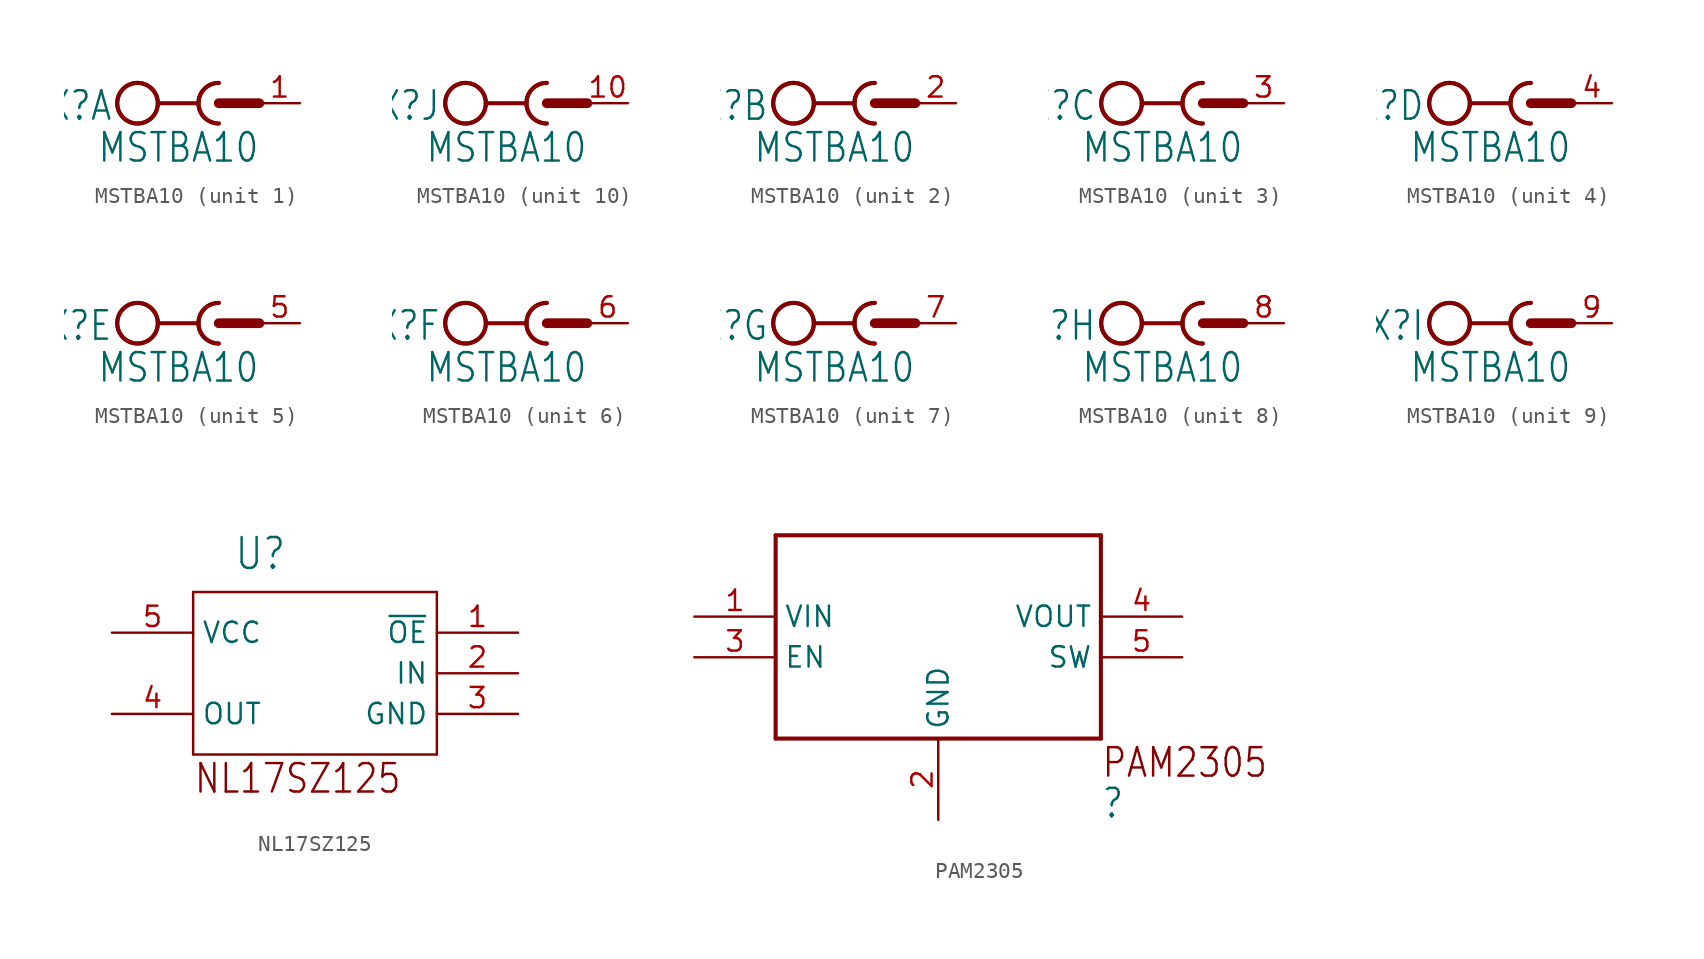
<source format=kicad_sym>
(kicad_symbol_lib
  (version 20220331)
  (generator kicad_symbol_editor)
  (symbol "MSTBA10"
    (property "Reference" "X"
      (at -6.604 0.889 0)
      (effects (font (size 1.778 1.511)) (justify right top)))
    (property "Value" "MSTBA10"
      (at -7.62 -3.81 0)
      (effects (font (size 1.778 1.511)) (justify left bottom)))
    (property "ki_locked" ""
      (at 0 0 0)
      (effects (font (size 1.27 1.27))))
    (symbol "MSTBA10_1_0"
      (circle (center -5.08 0) (radius 1.27) (stroke (width 0.254) (type solid)) (fill (type none)))
      (circle (center -5.08 0) (radius 1.27) (stroke (width 0.254) (type solid)) (fill (type none)))
      (arc (start -1.27 0) (mid -0.898 -0.898) (end 0 -1.27) (stroke (width 0.254) (type solid)) (fill (type none)))
      (polyline (pts (xy -3.81 0) (xy -1.27 0)) (stroke (width 0.254) (type solid)) (fill (type none)))
      (polyline (pts (xy 0 0) (xy 2.54 0)) (stroke (width 0.61) (type solid)) (fill (type none)))
      (arc (start 0 1.27) (mid -0.898 0.898) (end -1.27 0) (stroke (width 0.254) (type solid)) (fill (type none)))
      (arc (start 0 1.27) (mid -1.27 0) (end 0 -1.27) (stroke (width 0.254) (type solid)) (fill (type none)))
      (pin passive line (at 5.08 0 180) (length 2.54) (name "1" (effects (font (size 0 0)))) (number "1" (effects (font (size 1.27 1.27))))))
    (symbol "MSTBA10_2_0"
      (circle (center -5.08 0) (radius 1.27) (stroke (width 0.254) (type solid)) (fill (type none)))
      (circle (center -5.08 0) (radius 1.27) (stroke (width 0.254) (type solid)) (fill (type none)))
      (arc (start -1.27 0) (mid -0.898 -0.898) (end 0 -1.27) (stroke (width 0.254) (type solid)) (fill (type none)))
      (polyline (pts (xy -3.81 0) (xy -1.27 0)) (stroke (width 0.254) (type solid)) (fill (type none)))
      (polyline (pts (xy 0 0) (xy 2.54 0)) (stroke (width 0.61) (type solid)) (fill (type none)))
      (arc (start 0 1.27) (mid -0.898 0.898) (end -1.27 0) (stroke (width 0.254) (type solid)) (fill (type none)))
      (arc (start 0 1.27) (mid -1.27 0) (end 0 -1.27) (stroke (width 0.254) (type solid)) (fill (type none)))
      (pin passive line (at 5.08 0 180) (length 2.54) (name "1" (effects (font (size 0 0)))) (number "2" (effects (font (size 1.27 1.27))))))
    (symbol "MSTBA10_3_0"
      (circle (center -5.08 0) (radius 1.27) (stroke (width 0.254) (type solid)) (fill (type none)))
      (circle (center -5.08 0) (radius 1.27) (stroke (width 0.254) (type solid)) (fill (type none)))
      (arc (start -1.27 0) (mid -0.898 -0.898) (end 0 -1.27) (stroke (width 0.254) (type solid)) (fill (type none)))
      (polyline (pts (xy -3.81 0) (xy -1.27 0)) (stroke (width 0.254) (type solid)) (fill (type none)))
      (polyline (pts (xy 0 0) (xy 2.54 0)) (stroke (width 0.61) (type solid)) (fill (type none)))
      (arc (start 0 1.27) (mid -0.898 0.898) (end -1.27 0) (stroke (width 0.254) (type solid)) (fill (type none)))
      (arc (start 0 1.27) (mid -1.27 0) (end 0 -1.27) (stroke (width 0.254) (type solid)) (fill (type none)))
      (pin passive line (at 5.08 0 180) (length 2.54) (name "1" (effects (font (size 0 0)))) (number "3" (effects (font (size 1.27 1.27))))))
    (symbol "MSTBA10_4_0"
      (circle (center -5.08 0) (radius 1.27) (stroke (width 0.254) (type solid)) (fill (type none)))
      (circle (center -5.08 0) (radius 1.27) (stroke (width 0.254) (type solid)) (fill (type none)))
      (arc (start -1.27 0) (mid -0.898 -0.898) (end 0 -1.27) (stroke (width 0.254) (type solid)) (fill (type none)))
      (polyline (pts (xy -3.81 0) (xy -1.27 0)) (stroke (width 0.254) (type solid)) (fill (type none)))
      (polyline (pts (xy 0 0) (xy 2.54 0)) (stroke (width 0.61) (type solid)) (fill (type none)))
      (arc (start 0 1.27) (mid -0.898 0.898) (end -1.27 0) (stroke (width 0.254) (type solid)) (fill (type none)))
      (arc (start 0 1.27) (mid -1.27 0) (end 0 -1.27) (stroke (width 0.254) (type solid)) (fill (type none)))
      (pin passive line (at 5.08 0 180) (length 2.54) (name "1" (effects (font (size 0 0)))) (number "4" (effects (font (size 1.27 1.27))))))
    (symbol "MSTBA10_5_0"
      (circle (center -5.08 0) (radius 1.27) (stroke (width 0.254) (type solid)) (fill (type none)))
      (circle (center -5.08 0) (radius 1.27) (stroke (width 0.254) (type solid)) (fill (type none)))
      (arc (start -1.27 0) (mid -0.898 -0.898) (end 0 -1.27) (stroke (width 0.254) (type solid)) (fill (type none)))
      (polyline (pts (xy -3.81 0) (xy -1.27 0)) (stroke (width 0.254) (type solid)) (fill (type none)))
      (polyline (pts (xy 0 0) (xy 2.54 0)) (stroke (width 0.61) (type solid)) (fill (type none)))
      (arc (start 0 1.27) (mid -0.898 0.898) (end -1.27 0) (stroke (width 0.254) (type solid)) (fill (type none)))
      (arc (start 0 1.27) (mid -1.27 0) (end 0 -1.27) (stroke (width 0.254) (type solid)) (fill (type none)))
      (pin passive line (at 5.08 0 180) (length 2.54) (name "1" (effects (font (size 0 0)))) (number "5" (effects (font (size 1.27 1.27))))))
    (symbol "MSTBA10_6_0"
      (circle (center -5.08 0) (radius 1.27) (stroke (width 0.254) (type solid)) (fill (type none)))
      (circle (center -5.08 0) (radius 1.27) (stroke (width 0.254) (type solid)) (fill (type none)))
      (arc (start -1.27 0) (mid -0.898 -0.898) (end 0 -1.27) (stroke (width 0.254) (type solid)) (fill (type none)))
      (polyline (pts (xy -3.81 0) (xy -1.27 0)) (stroke (width 0.254) (type solid)) (fill (type none)))
      (polyline (pts (xy 0 0) (xy 2.54 0)) (stroke (width 0.61) (type solid)) (fill (type none)))
      (arc (start 0 1.27) (mid -0.898 0.898) (end -1.27 0) (stroke (width 0.254) (type solid)) (fill (type none)))
      (arc (start 0 1.27) (mid -1.27 0) (end 0 -1.27) (stroke (width 0.254) (type solid)) (fill (type none)))
      (pin passive line (at 5.08 0 180) (length 2.54) (name "1" (effects (font (size 0 0)))) (number "6" (effects (font (size 1.27 1.27))))))
    (symbol "MSTBA10_7_0"
      (circle (center -5.08 0) (radius 1.27) (stroke (width 0.254) (type solid)) (fill (type none)))
      (circle (center -5.08 0) (radius 1.27) (stroke (width 0.254) (type solid)) (fill (type none)))
      (arc (start -1.27 0) (mid -0.898 -0.898) (end 0 -1.27) (stroke (width 0.254) (type solid)) (fill (type none)))
      (polyline (pts (xy -3.81 0) (xy -1.27 0)) (stroke (width 0.254) (type solid)) (fill (type none)))
      (polyline (pts (xy 0 0) (xy 2.54 0)) (stroke (width 0.61) (type solid)) (fill (type none)))
      (arc (start 0 1.27) (mid -0.898 0.898) (end -1.27 0) (stroke (width 0.254) (type solid)) (fill (type none)))
      (arc (start 0 1.27) (mid -1.27 0) (end 0 -1.27) (stroke (width 0.254) (type solid)) (fill (type none)))
      (pin passive line (at 5.08 0 180) (length 2.54) (name "1" (effects (font (size 0 0)))) (number "7" (effects (font (size 1.27 1.27))))))
    (symbol "MSTBA10_8_0"
      (circle (center -5.08 0) (radius 1.27) (stroke (width 0.254) (type solid)) (fill (type none)))
      (circle (center -5.08 0) (radius 1.27) (stroke (width 0.254) (type solid)) (fill (type none)))
      (arc (start -1.27 0) (mid -0.898 -0.898) (end 0 -1.27) (stroke (width 0.254) (type solid)) (fill (type none)))
      (polyline (pts (xy -3.81 0) (xy -1.27 0)) (stroke (width 0.254) (type solid)) (fill (type none)))
      (polyline (pts (xy 0 0) (xy 2.54 0)) (stroke (width 0.61) (type solid)) (fill (type none)))
      (arc (start 0 1.27) (mid -0.898 0.898) (end -1.27 0) (stroke (width 0.254) (type solid)) (fill (type none)))
      (arc (start 0 1.27) (mid -1.27 0) (end 0 -1.27) (stroke (width 0.254) (type solid)) (fill (type none)))
      (pin passive line (at 5.08 0 180) (length 2.54) (name "1" (effects (font (size 0 0)))) (number "8" (effects (font (size 1.27 1.27))))))
    (symbol "MSTBA10_9_0"
      (circle (center -5.08 0) (radius 1.27) (stroke (width 0.254) (type solid)) (fill (type none)))
      (circle (center -5.08 0) (radius 1.27) (stroke (width 0.254) (type solid)) (fill (type none)))
      (arc (start -1.27 0) (mid -0.898 -0.898) (end 0 -1.27) (stroke (width 0.254) (type solid)) (fill (type none)))
      (polyline (pts (xy -3.81 0) (xy -1.27 0)) (stroke (width 0.254) (type solid)) (fill (type none)))
      (polyline (pts (xy 0 0) (xy 2.54 0)) (stroke (width 0.61) (type solid)) (fill (type none)))
      (arc (start 0 1.27) (mid -0.898 0.898) (end -1.27 0) (stroke (width 0.254) (type solid)) (fill (type none)))
      (arc (start 0 1.27) (mid -1.27 0) (end 0 -1.27) (stroke (width 0.254) (type solid)) (fill (type none)))
      (pin passive line (at 5.08 0 180) (length 2.54) (name "1" (effects (font (size 0 0)))) (number "9" (effects (font (size 1.27 1.27))))))
    (symbol "MSTBA10_10_0"
      (circle (center -5.08 0) (radius 1.27) (stroke (width 0.254) (type solid)) (fill (type none)))
      (circle (center -5.08 0) (radius 1.27) (stroke (width 0.254) (type solid)) (fill (type none)))
      (arc (start -1.27 0) (mid -0.898 -0.898) (end 0 -1.27) (stroke (width 0.254) (type solid)) (fill (type none)))
      (polyline (pts (xy -3.81 0) (xy -1.27 0)) (stroke (width 0.254) (type solid)) (fill (type none)))
      (polyline (pts (xy 0 0) (xy 2.54 0)) (stroke (width 0.61) (type solid)) (fill (type none)))
      (arc (start 0 1.27) (mid -0.898 0.898) (end -1.27 0) (stroke (width 0.254) (type solid)) (fill (type none)))
      (arc (start 0 1.27) (mid -1.27 0) (end 0 -1.27) (stroke (width 0.254) (type solid)) (fill (type none)))
      (pin passive line (at 5.08 0 180) (length 2.54) (name "1" (effects (font (size 0 0)))) (number "10" (effects (font (size 1.27 1.27)))))))
  (symbol "NL17SZ125"
    (property "Reference" "U"
      (at -5.08 6.35 0)
      (effects (font (size 1.93 1.641)) (justify left bottom)))
    (property "ki_locked" ""
      (at 0 0 0)
      (effects (font (size 1.27 1.27))))
    (symbol "NL17SZ125_1_0"
      (polyline (pts (xy -7.62 -5.08) (xy 7.62 -5.08)) (stroke (width 0.152) (type solid)) (fill (type none)))
      (polyline (pts (xy -7.62 5.08) (xy -7.62 -5.08)) (stroke (width 0.152) (type solid)) (fill (type none)))
      (polyline (pts (xy 7.62 -5.08) (xy 7.62 5.08)) (stroke (width 0.152) (type solid)) (fill (type none)))
      (polyline (pts (xy 7.62 5.08) (xy -7.62 5.08)) (stroke (width 0.152) (type solid)) (fill (type none)))
      (text "NL17SZ125" (at -7.62 -7.62 0) (effects (font (size 1.778 1.511)) (justify left bottom)))
      (pin bidirectional line (at 12.7 2.54 180) (length 5.08) (name "~{OE}" (effects (font (size 1.27 1.27)))) (number "1" (effects (font (size 1.27 1.27)))))
      (pin bidirectional line (at 12.7 0 180) (length 5.08) (name "IN" (effects (font (size 1.27 1.27)))) (number "2" (effects (font (size 1.27 1.27)))))
      (pin bidirectional line (at 12.7 -2.54 180) (length 5.08) (name "GND" (effects (font (size 1.27 1.27)))) (number "3" (effects (font (size 1.27 1.27)))))
      (pin bidirectional line (at -12.7 -2.54 0) (length 5.08) (name "OUT" (effects (font (size 1.27 1.27)))) (number "4" (effects (font (size 1.27 1.27)))))
      (pin bidirectional line (at -12.7 2.54 0) (length 5.08) (name "VCC" (effects (font (size 1.27 1.27)))) (number "5" (effects (font (size 1.27 1.27)))))))
  (symbol "PAM2305"
    (property "Reference" ""
      (at 10.16 -12.7 0)
      (effects (font (size 1.778 1.511)) (justify left bottom)))
    (property "ki_locked" ""
      (at 0 0 0)
      (effects (font (size 1.27 1.27))))
    (symbol "PAM2305_1_0"
      (polyline (pts (xy -10.16 -7.62) (xy -10.16 5.08)) (stroke (width 0.254) (type solid)) (fill (type none)))
      (polyline (pts (xy -10.16 5.08) (xy 10.16 5.08)) (stroke (width 0.254) (type solid)) (fill (type none)))
      (polyline (pts (xy 10.16 -7.62) (xy -10.16 -7.62)) (stroke (width 0.254) (type solid)) (fill (type none)))
      (polyline (pts (xy 10.16 5.08) (xy 10.16 -7.62)) (stroke (width 0.254) (type solid)) (fill (type none)))
      (text "PAM2305" (at 10.16 -10.16 0) (effects (font (size 1.778 1.511)) (justify left bottom)))
      (pin bidirectional line (at -15.24 0 0) (length 5.08) (name "VIN" (effects (font (size 1.27 1.27)))) (number "1" (effects (font (size 1.27 1.27)))))
      (pin bidirectional line (at 0 -12.7 90) (length 5.08) (name "GND" (effects (font (size 1.27 1.27)))) (number "2" (effects (font (size 1.27 1.27)))))
      (pin bidirectional line (at -15.24 -2.54 0) (length 5.08) (name "EN" (effects (font (size 1.27 1.27)))) (number "3" (effects (font (size 1.27 1.27)))))
      (pin bidirectional line (at 15.24 0 180) (length 5.08) (name "VOUT" (effects (font (size 1.27 1.27)))) (number "4" (effects (font (size 1.27 1.27)))))
      (pin bidirectional line (at 15.24 -2.54 180) (length 5.08) (name "SW" (effects (font (size 1.27 1.27)))) (number "5" (effects (font (size 1.27 1.27))))))))
</source>
